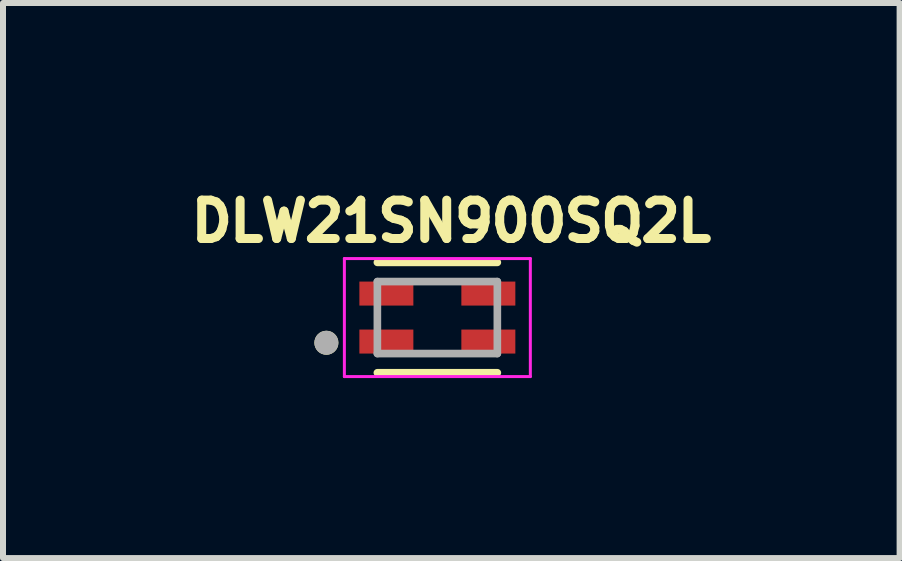
<source format=kicad_pcb>
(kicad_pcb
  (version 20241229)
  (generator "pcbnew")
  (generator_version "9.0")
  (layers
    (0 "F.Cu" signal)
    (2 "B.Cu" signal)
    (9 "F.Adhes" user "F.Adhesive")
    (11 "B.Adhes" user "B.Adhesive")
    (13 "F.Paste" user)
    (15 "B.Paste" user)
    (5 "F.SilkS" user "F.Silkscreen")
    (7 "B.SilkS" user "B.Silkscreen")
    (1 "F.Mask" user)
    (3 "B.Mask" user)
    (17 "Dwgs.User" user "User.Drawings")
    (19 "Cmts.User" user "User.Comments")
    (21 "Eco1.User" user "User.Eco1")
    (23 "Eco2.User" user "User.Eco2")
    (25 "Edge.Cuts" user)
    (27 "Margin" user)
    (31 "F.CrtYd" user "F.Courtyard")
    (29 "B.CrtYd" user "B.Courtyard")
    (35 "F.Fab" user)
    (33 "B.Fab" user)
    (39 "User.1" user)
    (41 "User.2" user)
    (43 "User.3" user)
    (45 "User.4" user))
  (footprint "DLW21SN900SQ2L"
    (layer "F.Cu")
    (at 4.241 2.244)
    (property "Reference" "DLW21SN900SQ2L" (at 0.232 -1.606 0) (layer "F.SilkS") (effects (font (size 0.64 0.64) (thickness 0.15))))
    (attr smd)
    (fp_line (start -1 -0.92) (end 1 -0.92) (stroke (width 0.127) (type solid)) (layer "F.SilkS"))
    (fp_line (start 1 0.92) (end -1 0.92) (stroke (width 0.127) (type solid)) (layer "F.SilkS"))
    (fp_circle (center -1.85 0.42) (end -1.75 0.42) (stroke (width 0.2) (type solid)) (fill no) (layer "F.SilkS"))
    (fp_poly (pts (xy -1.3 -0.6) (xy -0.4 -0.6) (xy -0.4 -0.25) (xy -1.3 -0.25)) (stroke (width 0.01) (type solid)) (fill yes) (layer "F.Paste"))
    (fp_poly (pts (xy -1.3 0.25) (xy -0.4 0.25) (xy -0.4 0.6) (xy -1.3 0.6)) (stroke (width 0.01) (type solid)) (fill yes) (layer "F.Paste"))
    (fp_poly (pts (xy 0.4 -0.6) (xy 1.3 -0.6) (xy 1.3 -0.25) (xy 0.4 -0.25)) (stroke (width 0.01) (type solid)) (fill yes) (layer "F.Paste"))
    (fp_poly (pts (xy 0.4 0.25) (xy 1.3 0.25) (xy 1.3 0.6) (xy 0.4 0.6)) (stroke (width 0.01) (type solid)) (fill yes) (layer "F.Paste"))
    (fp_line (start -1.55 -0.984) (end 1.55 -0.984) (stroke (width 0.05) (type solid)) (layer "F.CrtYd"))
    (fp_line (start -1.55 0.984) (end -1.55 -0.984) (stroke (width 0.05) (type solid)) (layer "F.CrtYd"))
    (fp_line (start 1.55 -0.984) (end 1.55 0.984) (stroke (width 0.05) (type solid)) (layer "F.CrtYd"))
    (fp_line (start 1.55 0.984) (end -1.55 0.984) (stroke (width 0.05) (type solid)) (layer "F.CrtYd"))
    (fp_line (start -1 -0.6) (end 1 -0.6) (stroke (width 0.127) (type solid)) (layer "F.Fab"))
    (fp_line (start -1 0.6) (end -1 -0.6) (stroke (width 0.127) (type solid)) (layer "F.Fab"))
    (fp_line (start 1 -0.6) (end 1 0.6) (stroke (width 0.127) (type solid)) (layer "F.Fab"))
    (fp_line (start 1 0.6) (end -1 0.6) (stroke (width 0.127) (type solid)) (layer "F.Fab"))
    (fp_circle (center -1.85 0.42) (end -1.75 0.42) (stroke (width 0.2) (type solid)) (fill no) (layer "F.Fab"))
    (pad "1" smd rect (at -0.85 0.4) (size 0.9 0.4) (layers "F.Cu" "F.Mask"))
    (pad "2" smd rect (at 0.85 0.4) (size 0.9 0.4) (layers "F.Cu" "F.Mask"))
    (pad "3" smd rect (at 0.85 -0.4) (size 0.9 0.4) (layers "F.Cu" "F.Mask"))
    (pad "4" smd rect (at -0.85 -0.4) (size 0.9 0.4) (layers "F.Cu" "F.Mask")))
  (gr_rect
    (start -3 -3)
    (end 11.947 6.253)
    (stroke (width 0.1) (type default))
    (fill no)
    (layer "Edge.Cuts")))
</source>
